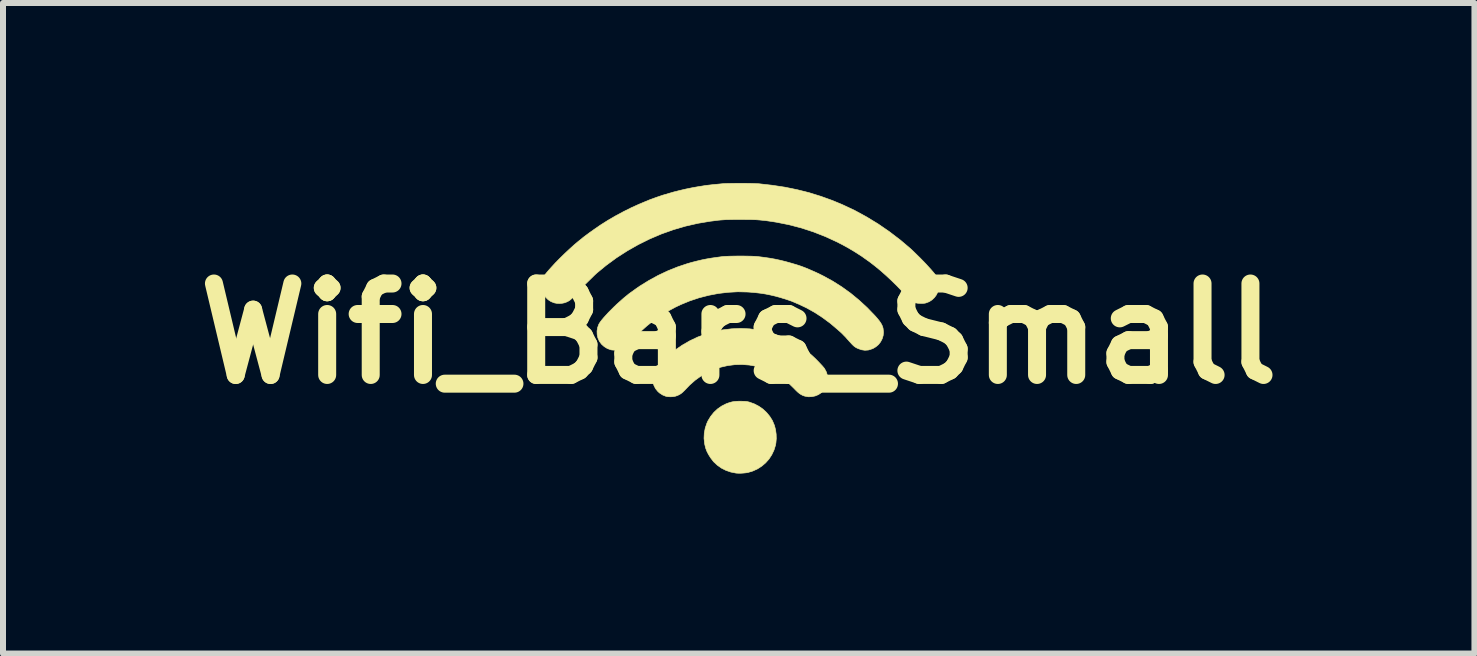
<source format=kicad_pcb>
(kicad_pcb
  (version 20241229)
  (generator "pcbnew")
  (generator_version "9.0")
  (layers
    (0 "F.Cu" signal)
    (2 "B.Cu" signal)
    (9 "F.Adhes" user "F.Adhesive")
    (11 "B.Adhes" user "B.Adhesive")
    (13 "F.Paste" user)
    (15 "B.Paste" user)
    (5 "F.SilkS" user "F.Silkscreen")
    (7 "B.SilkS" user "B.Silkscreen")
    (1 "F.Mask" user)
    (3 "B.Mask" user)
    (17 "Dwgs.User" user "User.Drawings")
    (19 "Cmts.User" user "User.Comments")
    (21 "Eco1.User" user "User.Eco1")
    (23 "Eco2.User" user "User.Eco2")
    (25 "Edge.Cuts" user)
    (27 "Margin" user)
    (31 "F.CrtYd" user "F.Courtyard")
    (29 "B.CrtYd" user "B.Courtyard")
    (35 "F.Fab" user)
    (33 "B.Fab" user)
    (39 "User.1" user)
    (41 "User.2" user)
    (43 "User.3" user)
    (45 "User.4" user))
  (footprint "Wifi_Bars_Small"
    (layer "F.Cu")
    (at 9.26 2.509)
    (property "Reference" "Wifi_Bars_Small" (at 0 0 0) (layer "F.SilkS") (effects (font (size 1.524 1.524) (thickness 0.3))))
    (attr through_hole)
    (fp_poly (pts (xy 0.069 1.128) (xy 0.101 1.129) (xy 0.126 1.131) (xy 0.15 1.135) (xy 0.174 1.141) (xy 0.178 1.142) (xy 0.259 1.171) (xy 0.334 1.21) (xy 0.403 1.258) (xy 0.464 1.315) (xy 0.517 1.379) (xy 0.561 1.449) (xy 0.593 1.525) (xy 0.597 1.536) (xy 0.614 1.604) (xy 0.624 1.677) (xy 0.626 1.75) (xy 0.62 1.819) (xy 0.614 1.857) (xy 0.588 1.941) (xy 0.551 2.019) (xy 0.505 2.09) (xy 0.449 2.153) (xy 0.385 2.208) (xy 0.314 2.254) (xy 0.235 2.29) (xy 0.156 2.314) (xy 0.122 2.32) (xy 0.081 2.324) (xy 0.037 2.327) (xy -0.006 2.327) (xy -0.041 2.325) (xy -0.048 2.324) (xy -0.133 2.307) (xy -0.214 2.279) (xy -0.289 2.241) (xy -0.358 2.192) (xy -0.419 2.135) (xy -0.468 2.071) (xy -0.504 2.014) (xy -0.532 1.959) (xy -0.552 1.905) (xy -0.566 1.846) (xy -0.569 1.832) (xy -0.578 1.745) (xy -0.574 1.659) (xy -0.558 1.574) (xy -0.53 1.492) (xy -0.512 1.453) (xy -0.467 1.379) (xy -0.414 1.313) (xy -0.352 1.255) (xy -0.283 1.207) (xy -0.208 1.169) (xy -0.175 1.157) (xy -0.138 1.145) (xy -0.106 1.137) (xy -0.074 1.132) (xy -0.04 1.129) (xy 0.001 1.127) (xy 0.029 1.127) (xy 0.069 1.128)) (stroke (width 0.01) (type solid)) (fill yes) (layer "F.SilkS"))
    (fp_poly (pts (xy 0.184 -0.079) (xy 0.334 -0.059) (xy 0.413 -0.044) (xy 0.559 -0.005) (xy 0.701 0.045) (xy 0.838 0.106) (xy 0.969 0.179) (xy 1.095 0.264) (xy 1.202 0.348) (xy 1.23 0.373) (xy 1.262 0.403) (xy 1.297 0.437) (xy 1.331 0.472) (xy 1.363 0.506) (xy 1.392 0.537) (xy 1.415 0.564) (xy 1.431 0.584) (xy 1.432 0.587) (xy 1.461 0.641) (xy 1.478 0.699) (xy 1.484 0.757) (xy 1.477 0.816) (xy 1.459 0.873) (xy 1.43 0.926) (xy 1.417 0.944) (xy 1.376 0.985) (xy 1.328 1.017) (xy 1.275 1.039) (xy 1.218 1.051) (xy 1.161 1.053) (xy 1.104 1.043) (xy 1.1 1.042) (xy 1.068 1.031) (xy 1.039 1.016) (xy 1.011 0.998) (xy 0.981 0.973) (xy 0.947 0.94) (xy 0.917 0.909) (xy 0.824 0.819) (xy 0.726 0.741) (xy 0.624 0.674) (xy 0.518 0.619) (xy 0.406 0.576) (xy 0.288 0.544) (xy 0.176 0.524) (xy 0.055 0.515) (xy -0.065 0.518) (xy -0.184 0.533) (xy -0.301 0.56) (xy -0.414 0.598) (xy -0.523 0.647) (xy -0.627 0.706) (xy -0.725 0.776) (xy -0.816 0.856) (xy -0.863 0.905) (xy -0.901 0.945) (xy -0.933 0.976) (xy -0.962 1) (xy -0.99 1.017) (xy -1.019 1.031) (xy -1.051 1.042) (xy -1.061 1.045) (xy -1.097 1.051) (xy -1.138 1.053) (xy -1.179 1.051) (xy -1.213 1.045) (xy -1.268 1.023) (xy -1.319 0.99) (xy -1.348 0.964) (xy -1.387 0.916) (xy -1.414 0.862) (xy -1.43 0.806) (xy -1.435 0.746) (xy -1.427 0.686) (xy -1.408 0.629) (xy -1.393 0.601) (xy -1.369 0.568) (xy -1.338 0.529) (xy -1.3 0.488) (xy -1.257 0.444) (xy -1.211 0.4) (xy -1.163 0.357) (xy -1.114 0.315) (xy -1.067 0.279) (xy -0.943 0.194) (xy -0.815 0.12) (xy -0.684 0.058) (xy -0.565 0.013) (xy -0.417 -0.031) (xy -0.267 -0.062) (xy -0.117 -0.08) (xy 0.033 -0.086) (xy 0.184 -0.079)) (stroke (width 0.01) (type solid)) (fill yes) (layer "F.SilkS"))
    (fp_poly (pts (xy 0.09 -1.292) (xy 0.148 -1.291) (xy 0.203 -1.29) (xy 0.25 -1.288) (xy 0.289 -1.286) (xy 0.314 -1.284) (xy 0.418 -1.271) (xy 0.514 -1.257) (xy 0.604 -1.241) (xy 0.692 -1.222) (xy 0.781 -1.2) (xy 0.874 -1.174) (xy 0.975 -1.144) (xy 0.997 -1.137) (xy 1.044 -1.121) (xy 1.1 -1.1) (xy 1.161 -1.075) (xy 1.225 -1.047) (xy 1.289 -1.019) (xy 1.351 -0.989) (xy 1.4 -0.965) (xy 1.563 -0.876) (xy 1.717 -0.779) (xy 1.864 -0.673) (xy 2.005 -0.557) (xy 2.142 -0.431) (xy 2.27 -0.298) (xy 2.312 -0.25) (xy 2.345 -0.209) (xy 2.37 -0.172) (xy 2.389 -0.137) (xy 2.401 -0.104) (xy 2.406 -0.084) (xy 2.412 -0.025) (xy 2.407 0.033) (xy 2.39 0.088) (xy 2.364 0.138) (xy 2.329 0.183) (xy 2.285 0.22) (xy 2.235 0.25) (xy 2.178 0.269) (xy 2.159 0.274) (xy 2.103 0.278) (xy 2.048 0.27) (xy 1.99 0.25) (xy 1.979 0.245) (xy 1.958 0.235) (xy 1.941 0.224) (xy 1.924 0.212) (xy 1.906 0.196) (xy 1.884 0.174) (xy 1.858 0.145) (xy 1.841 0.127) (xy 1.808 0.09) (xy 1.782 0.06) (xy 1.758 0.036) (xy 1.737 0.014) (xy 1.715 -0.008) (xy 1.69 -0.031) (xy 1.659 -0.058) (xy 1.657 -0.06) (xy 1.528 -0.17) (xy 1.397 -0.267) (xy 1.265 -0.353) (xy 1.129 -0.429) (xy 0.989 -0.495) (xy 0.987 -0.495) (xy 0.959 -0.507) (xy 0.933 -0.519) (xy 0.912 -0.527) (xy 0.903 -0.531) (xy 0.882 -0.54) (xy 0.85 -0.551) (xy 0.812 -0.564) (xy 0.77 -0.578) (xy 0.726 -0.591) (xy 0.684 -0.604) (xy 0.646 -0.614) (xy 0.619 -0.622) (xy 0.529 -0.643) (xy 0.445 -0.66) (xy 0.36 -0.673) (xy 0.273 -0.683) (xy 0.179 -0.691) (xy 0.145 -0.693) (xy -0.014 -0.697) (xy -0.176 -0.688) (xy -0.338 -0.669) (xy -0.5 -0.638) (xy -0.66 -0.597) (xy -0.816 -0.545) (xy -0.967 -0.483) (xy -1.051 -0.443) (xy -1.181 -0.373) (xy -1.303 -0.298) (xy -1.419 -0.217) (xy -1.531 -0.128) (xy -1.64 -0.03) (xy -1.748 0.079) (xy -1.809 0.144) (xy -1.833 0.17) (xy -1.858 0.194) (xy -1.88 0.214) (xy -1.897 0.227) (xy -1.898 0.228) (xy -1.948 0.254) (xy -2.003 0.27) (xy -2.059 0.277) (xy -2.114 0.273) (xy -2.13 0.27) (xy -2.189 0.249) (xy -2.241 0.217) (xy -2.286 0.177) (xy -2.322 0.128) (xy -2.323 0.126) (xy -2.347 0.072) (xy -2.359 0.015) (xy -2.361 -0.044) (xy -2.351 -0.102) (xy -2.331 -0.156) (xy -2.324 -0.168) (xy -2.307 -0.194) (xy -2.282 -0.227) (xy -2.25 -0.265) (xy -2.212 -0.307) (xy -2.171 -0.352) (xy -2.126 -0.397) (xy -2.081 -0.442) (xy -2.035 -0.486) (xy -1.995 -0.522) (xy -1.969 -0.545) (xy -1.947 -0.565) (xy -1.93 -0.58) (xy -1.92 -0.589) (xy -1.918 -0.591) (xy -1.911 -0.596) (xy -1.898 -0.607) (xy -1.883 -0.619) (xy -1.866 -0.633) (xy -1.853 -0.643) (xy -1.848 -0.648) (xy -1.841 -0.654) (xy -1.825 -0.666) (xy -1.803 -0.682) (xy -1.776 -0.701) (xy -1.747 -0.722) (xy -1.717 -0.744) (xy -1.688 -0.764) (xy -1.663 -0.781) (xy -1.648 -0.792) (xy -1.499 -0.884) (xy -1.344 -0.969) (xy -1.183 -1.045) (xy -1.019 -1.111) (xy -0.855 -1.166) (xy -0.778 -1.188) (xy -0.695 -1.209) (xy -0.615 -1.228) (xy -0.535 -1.244) (xy -0.453 -1.258) (xy -0.363 -1.271) (xy -0.265 -1.284) (xy -0.264 -1.284) (xy -0.234 -1.286) (xy -0.194 -1.288) (xy -0.146 -1.29) (xy -0.091 -1.291) (xy -0.032 -1.292) (xy 0.029 -1.292) (xy 0.09 -1.292)) (stroke (width 0.01) (type solid)) (fill yes) (layer "F.SilkS"))
    (fp_poly (pts (xy 0.099 -2.504) (xy 0.162 -2.503) (xy 0.22 -2.502) (xy 0.271 -2.5) (xy 0.313 -2.498) (xy 0.337 -2.497) (xy 0.557 -2.472) (xy 0.769 -2.44) (xy 0.974 -2.398) (xy 1.174 -2.348) (xy 1.37 -2.287) (xy 1.564 -2.217) (xy 1.727 -2.149) (xy 1.93 -2.054) (xy 2.128 -1.946) (xy 2.322 -1.828) (xy 2.511 -1.698) (xy 2.693 -1.559) (xy 2.836 -1.438) (xy 2.878 -1.401) (xy 2.923 -1.358) (xy 2.971 -1.311) (xy 3.02 -1.263) (xy 3.069 -1.213) (xy 3.116 -1.164) (xy 3.16 -1.116) (xy 3.201 -1.071) (xy 3.236 -1.031) (xy 3.265 -0.996) (xy 3.286 -0.968) (xy 3.29 -0.963) (xy 3.317 -0.911) (xy 3.333 -0.857) (xy 3.338 -0.802) (xy 3.333 -0.747) (xy 3.318 -0.695) (xy 3.294 -0.645) (xy 3.262 -0.601) (xy 3.222 -0.563) (xy 3.175 -0.532) (xy 3.12 -0.511) (xy 3.103 -0.507) (xy 3.078 -0.504) (xy 3.047 -0.503) (xy 3.013 -0.504) (xy 2.981 -0.506) (xy 2.955 -0.511) (xy 2.943 -0.514) (xy 2.924 -0.522) (xy 2.908 -0.529) (xy 2.876 -0.548) (xy 2.84 -0.577) (xy 2.801 -0.617) (xy 2.781 -0.639) (xy 2.71 -0.719) (xy 2.631 -0.801) (xy 2.546 -0.884) (xy 2.458 -0.966) (xy 2.368 -1.046) (xy 2.278 -1.12) (xy 2.191 -1.188) (xy 2.111 -1.245) (xy 2.094 -1.257) (xy 2.081 -1.266) (xy 2.076 -1.27) (xy 2.069 -1.275) (xy 2.054 -1.286) (xy 2.031 -1.301) (xy 2.004 -1.318) (xy 1.975 -1.337) (xy 1.945 -1.356) (xy 1.916 -1.374) (xy 1.891 -1.389) (xy 1.872 -1.4) (xy 1.87 -1.401) (xy 1.825 -1.428) (xy 1.787 -1.449) (xy 1.754 -1.467) (xy 1.723 -1.484) (xy 1.689 -1.501) (xy 1.651 -1.521) (xy 1.641 -1.526) (xy 1.446 -1.616) (xy 1.247 -1.694) (xy 1.045 -1.76) (xy 0.839 -1.814) (xy 0.628 -1.856) (xy 0.565 -1.866) (xy 0.504 -1.875) (xy 0.449 -1.883) (xy 0.399 -1.888) (xy 0.349 -1.893) (xy 0.299 -1.897) (xy 0.247 -1.899) (xy 0.189 -1.901) (xy 0.123 -1.901) (xy 0.048 -1.902) (xy 0.025 -1.902) (xy -0.047 -1.902) (xy -0.109 -1.901) (xy -0.164 -1.9) (xy -0.212 -1.899) (xy -0.256 -1.896) (xy -0.299 -1.893) (xy -0.343 -1.889) (xy -0.39 -1.883) (xy -0.442 -1.876) (xy -0.47 -1.873) (xy -0.679 -1.838) (xy -0.885 -1.791) (xy -1.087 -1.732) (xy -1.287 -1.661) (xy -1.482 -1.578) (xy -1.672 -1.484) (xy -1.857 -1.379) (xy -2.036 -1.264) (xy -2.209 -1.137) (xy -2.36 -1.013) (xy -2.38 -0.995) (xy -2.407 -0.97) (xy -2.439 -0.938) (xy -2.476 -0.902) (xy -2.515 -0.864) (xy -2.555 -0.824) (xy -2.594 -0.784) (xy -2.631 -0.747) (xy -2.664 -0.712) (xy -2.691 -0.683) (xy -2.712 -0.661) (xy -2.718 -0.654) (xy -2.753 -0.614) (xy -2.784 -0.582) (xy -2.812 -0.558) (xy -2.84 -0.54) (xy -2.869 -0.526) (xy -2.901 -0.514) (xy -2.908 -0.512) (xy -2.944 -0.505) (xy -2.986 -0.502) (xy -3.03 -0.504) (xy -3.069 -0.511) (xy -3.073 -0.512) (xy -3.127 -0.533) (xy -3.175 -0.564) (xy -3.217 -0.606) (xy -3.252 -0.656) (xy -3.271 -0.695) (xy -3.278 -0.715) (xy -3.282 -0.733) (xy -3.285 -0.754) (xy -3.286 -0.781) (xy -3.286 -0.803) (xy -3.284 -0.837) (xy -3.281 -0.867) (xy -3.274 -0.896) (xy -3.264 -0.923) (xy -3.248 -0.952) (xy -3.227 -0.983) (xy -3.199 -1.018) (xy -3.164 -1.059) (xy -3.121 -1.107) (xy -3.12 -1.108) (xy -3.05 -1.184) (xy -2.975 -1.26) (xy -2.897 -1.336) (xy -2.82 -1.408) (xy -2.745 -1.476) (xy -2.674 -1.536) (xy -2.645 -1.559) (xy -2.628 -1.572) (xy -2.615 -1.583) (xy -2.61 -1.587) (xy -2.6 -1.596) (xy -2.581 -1.611) (xy -2.554 -1.631) (xy -2.522 -1.655) (xy -2.486 -1.682) (xy -2.447 -1.709) (xy -2.407 -1.738) (xy -2.367 -1.765) (xy -2.33 -1.791) (xy -2.302 -1.81) (xy -2.182 -1.886) (xy -2.055 -1.96) (xy -1.923 -2.031) (xy -1.791 -2.097) (xy -1.661 -2.156) (xy -1.584 -2.188) (xy -1.556 -2.2) (xy -1.53 -2.21) (xy -1.511 -2.218) (xy -1.502 -2.222) (xy -1.488 -2.228) (xy -1.464 -2.237) (xy -1.433 -2.248) (xy -1.398 -2.261) (xy -1.362 -2.274) (xy -1.326 -2.286) (xy -1.294 -2.297) (xy -1.268 -2.306) (xy -1.25 -2.311) (xy -1.248 -2.312) (xy -1.233 -2.316) (xy -1.21 -2.322) (xy -1.184 -2.33) (xy -1.175 -2.333) (xy -1.083 -2.36) (xy -0.983 -2.385) (xy -0.876 -2.41) (xy -0.767 -2.432) (xy -0.659 -2.451) (xy -0.619 -2.457) (xy -0.594 -2.461) (xy -0.571 -2.465) (xy -0.557 -2.467) (xy -0.539 -2.47) (xy -0.511 -2.473) (xy -0.475 -2.477) (xy -0.434 -2.482) (xy -0.391 -2.486) (xy -0.348 -2.49) (xy -0.307 -2.494) (xy -0.286 -2.496) (xy -0.252 -2.499) (xy -0.207 -2.501) (xy -0.154 -2.502) (xy -0.094 -2.503) (xy -0.031 -2.504) (xy 0.034 -2.504) (xy 0.099 -2.504)) (stroke (width 0.01) (type solid)) (fill yes) (layer "F.SilkS")))
  (gr_rect
    (start -3 -3)
    (end 21.52 7.841)
    (stroke (width 0.1) (type default))
    (fill no)
    (layer "Edge.Cuts")))
</source>
